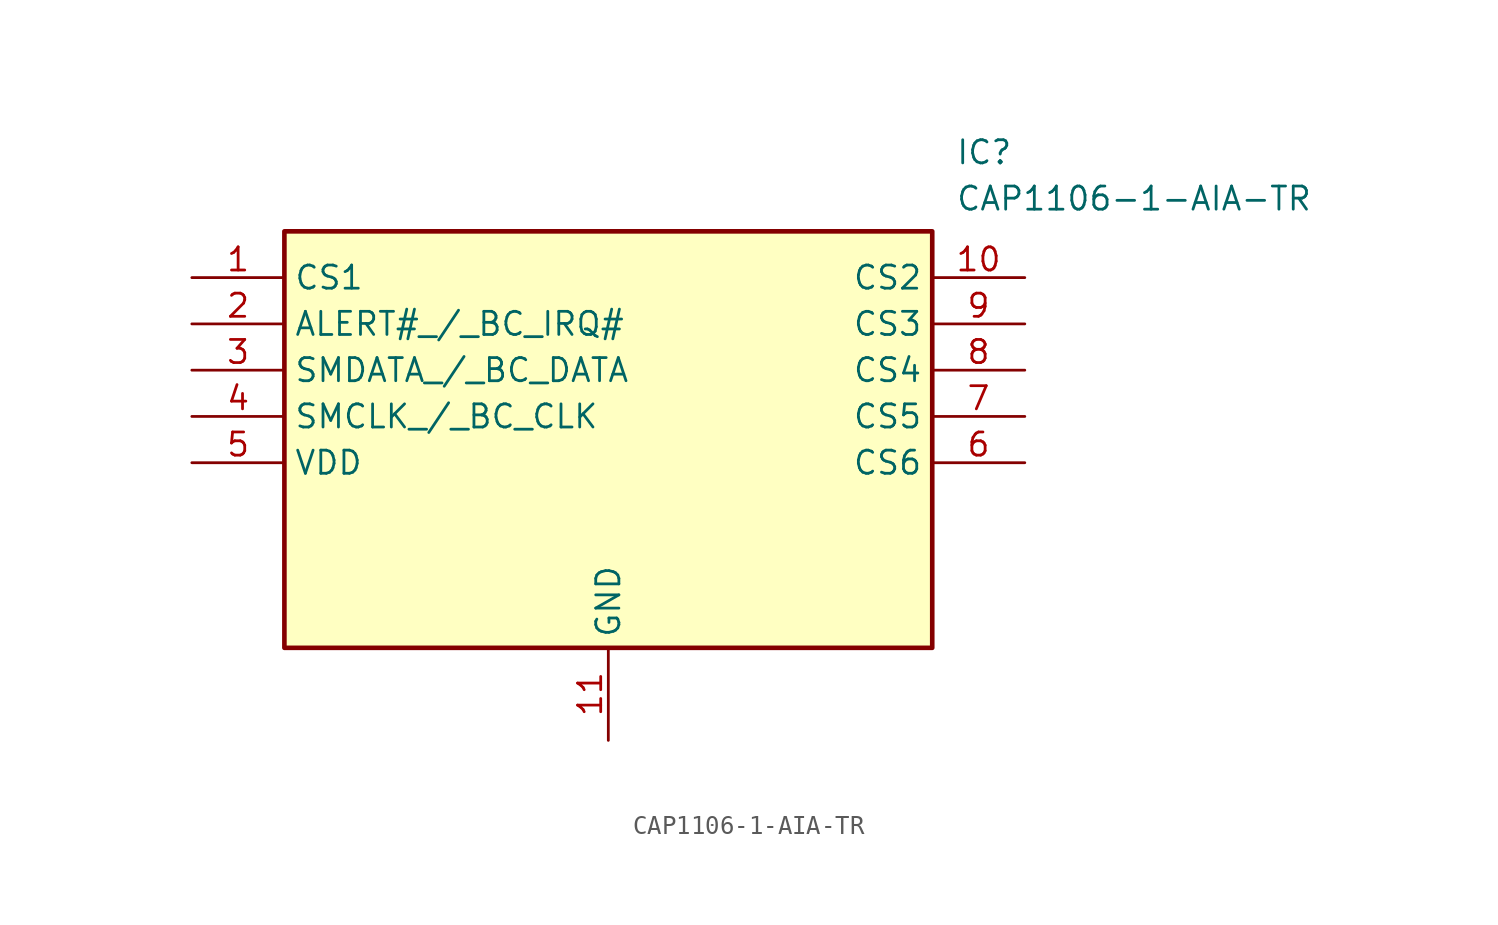
<source format=kicad_sym>
(kicad_symbol_lib
  (version 20211014)
  (generator SamacSys_ECAD_Model)
  (symbol "CAP1106-1-AIA-TR"
    (property "Reference" "IC"
      (at 41.91 7.62 0)
      (effects (font (size 1.27 1.27)) (justify left top)))
    (property "Value" "CAP1106-1-AIA-TR"
      (at 41.91 5.08 0)
      (effects (font (size 1.27 1.27)) (justify left top)))
    (rectangle
      (start 5.08 2.54)
      (end 40.64 -20.32)
      (stroke (width 0.254) (type default))
      (fill (type background)))
    (pin passive line
      (at 0 0 0)
      (length 5.08)
      (name "CS1" (effects (font (size 1.27 1.27))))
      (number "1" (effects (font (size 1.27 1.27)))))
    (pin passive line
      (at 0 -2.54 0)
      (length 5.08)
      (name "ALERT#_/_BC_IRQ#" (effects (font (size 1.27 1.27))))
      (number "2" (effects (font (size 1.27 1.27)))))
    (pin passive line
      (at 0 -5.08 0)
      (length 5.08)
      (name "SMDATA_/_BC_DATA" (effects (font (size 1.27 1.27))))
      (number "3" (effects (font (size 1.27 1.27)))))
    (pin passive line
      (at 0 -7.62 0)
      (length 5.08)
      (name "SMCLK_/_BC_CLK" (effects (font (size 1.27 1.27))))
      (number "4" (effects (font (size 1.27 1.27)))))
    (pin passive line
      (at 0 -10.16 0)
      (length 5.08)
      (name "VDD" (effects (font (size 1.27 1.27))))
      (number "5" (effects (font (size 1.27 1.27)))))
    (pin passive line
      (at 22.86 -25.4 90)
      (length 5.08)
      (name "GND" (effects (font (size 1.27 1.27))))
      (number "11" (effects (font (size 1.27 1.27)))))
    (pin passive line
      (at 45.72 0 180)
      (length 5.08)
      (name "CS2" (effects (font (size 1.27 1.27))))
      (number "10" (effects (font (size 1.27 1.27)))))
    (pin passive line
      (at 45.72 -2.54 180)
      (length 5.08)
      (name "CS3" (effects (font (size 1.27 1.27))))
      (number "9" (effects (font (size 1.27 1.27)))))
    (pin passive line
      (at 45.72 -5.08 180)
      (length 5.08)
      (name "CS4" (effects (font (size 1.27 1.27))))
      (number "8" (effects (font (size 1.27 1.27)))))
    (pin passive line
      (at 45.72 -7.62 180)
      (length 5.08)
      (name "CS5" (effects (font (size 1.27 1.27))))
      (number "7" (effects (font (size 1.27 1.27)))))
    (pin passive line
      (at 45.72 -10.16 180)
      (length 5.08)
      (name "CS6" (effects (font (size 1.27 1.27))))
      (number "6" (effects (font (size 1.27 1.27)))))))
</source>
